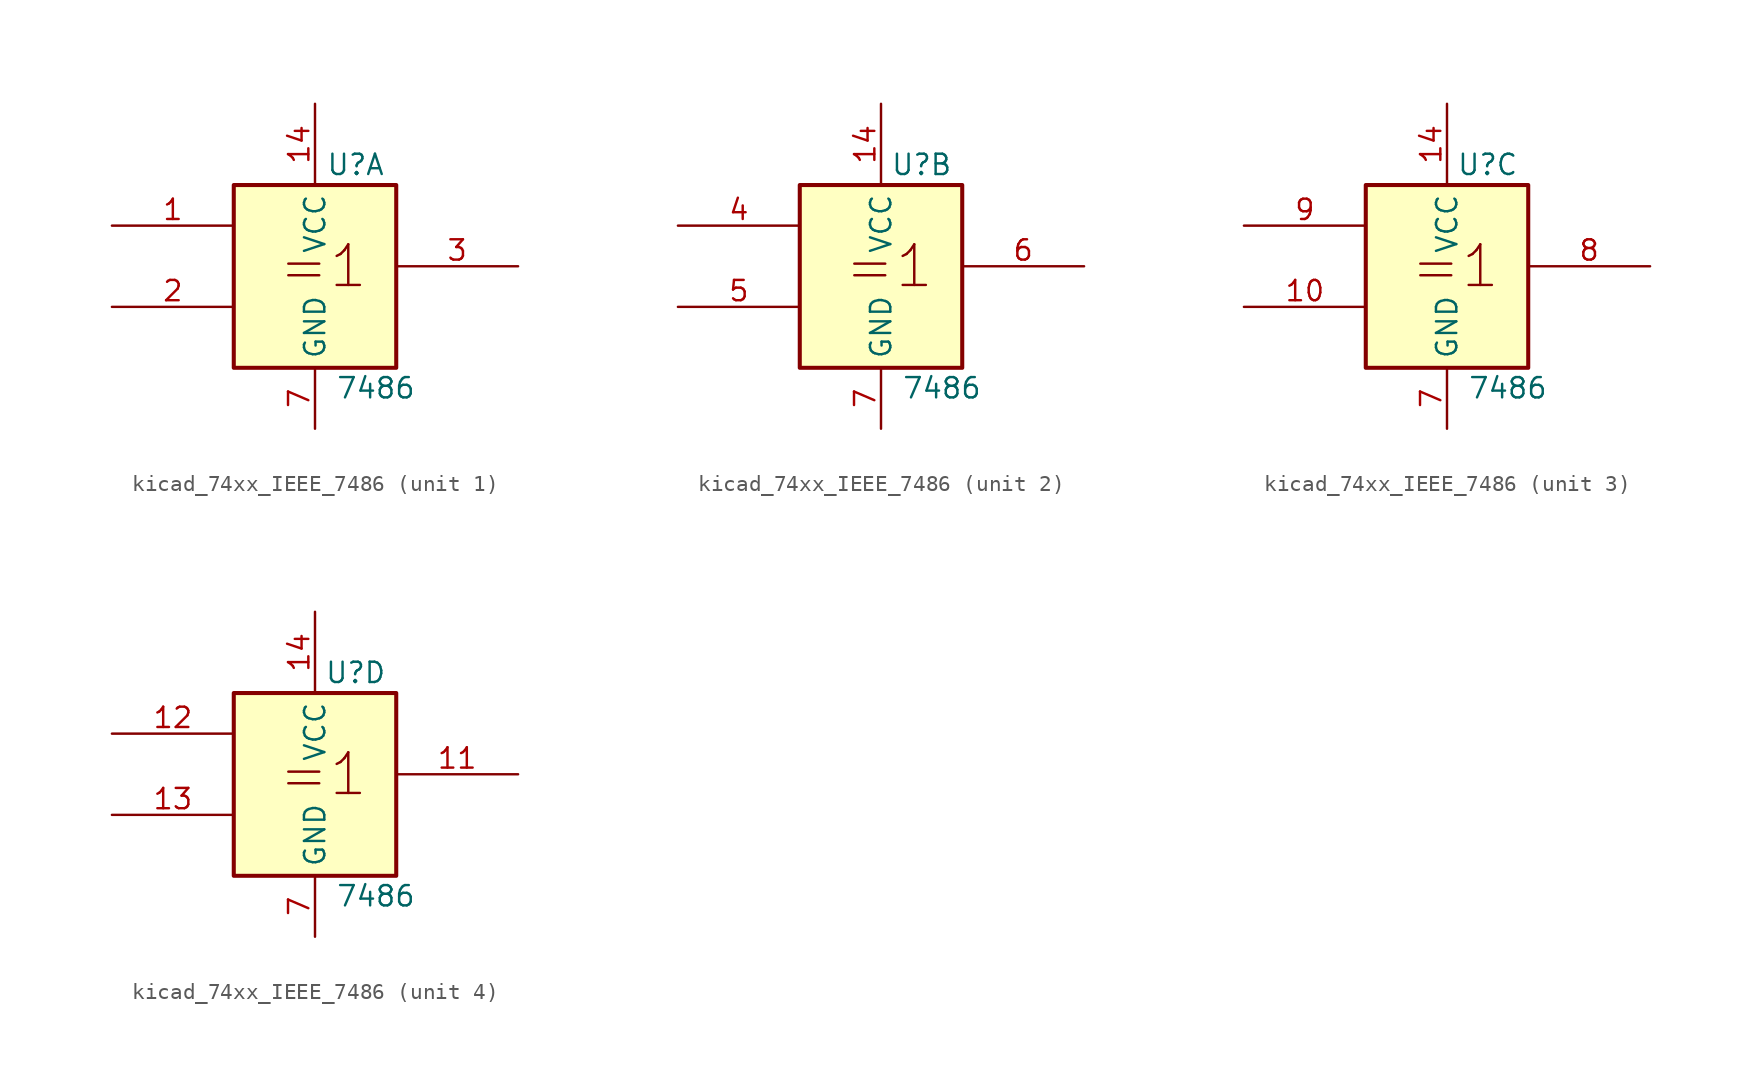
<source format=kicad_sym>
(kicad_symbol_lib
  (version 20220914)
  (generator kicad_symbol_editor)
  (symbol "kicad_74xx_IEEE_7486"
    (property "Reference" "U"
      (at 2.54 6.35 0)
      (effects (font (size 1.27 1.27))))
    (property "Value" "7486"
      (at 3.81 -7.62 0)
      (effects (font (size 1.27 1.27))))
    (symbol "kicad_74xx_IEEE_7486_0_1"
      (rectangle (start -5.08 5.08) (end 5.08 -6.35) (stroke (width 0.254) (type default)) (fill (type background)))
      (text "=1" (at 0.508 0 0) (effects (font (size 2.54 2.54))))
      (pin power_in line (at 0 10.16 270) (length 5.08) (name "VCC" (effects (font (size 1.27 1.27)))) (number "14" (effects (font (size 1.27 1.27)))))
      (pin power_in line (at 0 -10.16 90) (length 3.81) (name "GND" (effects (font (size 1.27 1.27)))) (number "7" (effects (font (size 1.27 1.27))))))
    (symbol "kicad_74xx_IEEE_7486_1_1"
      (pin input line (at -12.7 2.54 0) (length 7.62) (name "~" (effects (font (size 1.27 1.27)))) (number "1" (effects (font (size 1.27 1.27)))))
      (pin input line (at -12.7 -2.54 0) (length 7.62) (name "~" (effects (font (size 1.27 1.27)))) (number "2" (effects (font (size 1.27 1.27)))))
      (pin output line (at 12.7 0 180) (length 7.62) (name "~" (effects (font (size 1.27 1.27)))) (number "3" (effects (font (size 1.27 1.27))))))
    (symbol "kicad_74xx_IEEE_7486_2_1"
      (pin input line (at -12.7 2.54 0) (length 7.62) (name "~" (effects (font (size 1.27 1.27)))) (number "4" (effects (font (size 1.27 1.27)))))
      (pin input line (at -12.7 -2.54 0) (length 7.62) (name "~" (effects (font (size 1.27 1.27)))) (number "5" (effects (font (size 1.27 1.27)))))
      (pin output line (at 12.7 0 180) (length 7.62) (name "~" (effects (font (size 1.27 1.27)))) (number "6" (effects (font (size 1.27 1.27))))))
    (symbol "kicad_74xx_IEEE_7486_3_1"
      (pin input line (at -12.7 -2.54 0) (length 7.62) (name "~" (effects (font (size 1.27 1.27)))) (number "10" (effects (font (size 1.27 1.27)))))
      (pin output line (at 12.7 0 180) (length 7.62) (name "~" (effects (font (size 1.27 1.27)))) (number "8" (effects (font (size 1.27 1.27)))))
      (pin input line (at -12.7 2.54 0) (length 7.62) (name "~" (effects (font (size 1.27 1.27)))) (number "9" (effects (font (size 1.27 1.27))))))
    (symbol "kicad_74xx_IEEE_7486_4_1"
      (pin output line (at 12.7 0 180) (length 7.62) (name "~" (effects (font (size 1.27 1.27)))) (number "11" (effects (font (size 1.27 1.27)))))
      (pin input line (at -12.7 2.54 0) (length 7.62) (name "~" (effects (font (size 1.27 1.27)))) (number "12" (effects (font (size 1.27 1.27)))))
      (pin input line (at -12.7 -2.54 0) (length 7.62) (name "~" (effects (font (size 1.27 1.27)))) (number "13" (effects (font (size 1.27 1.27))))))))
</source>
